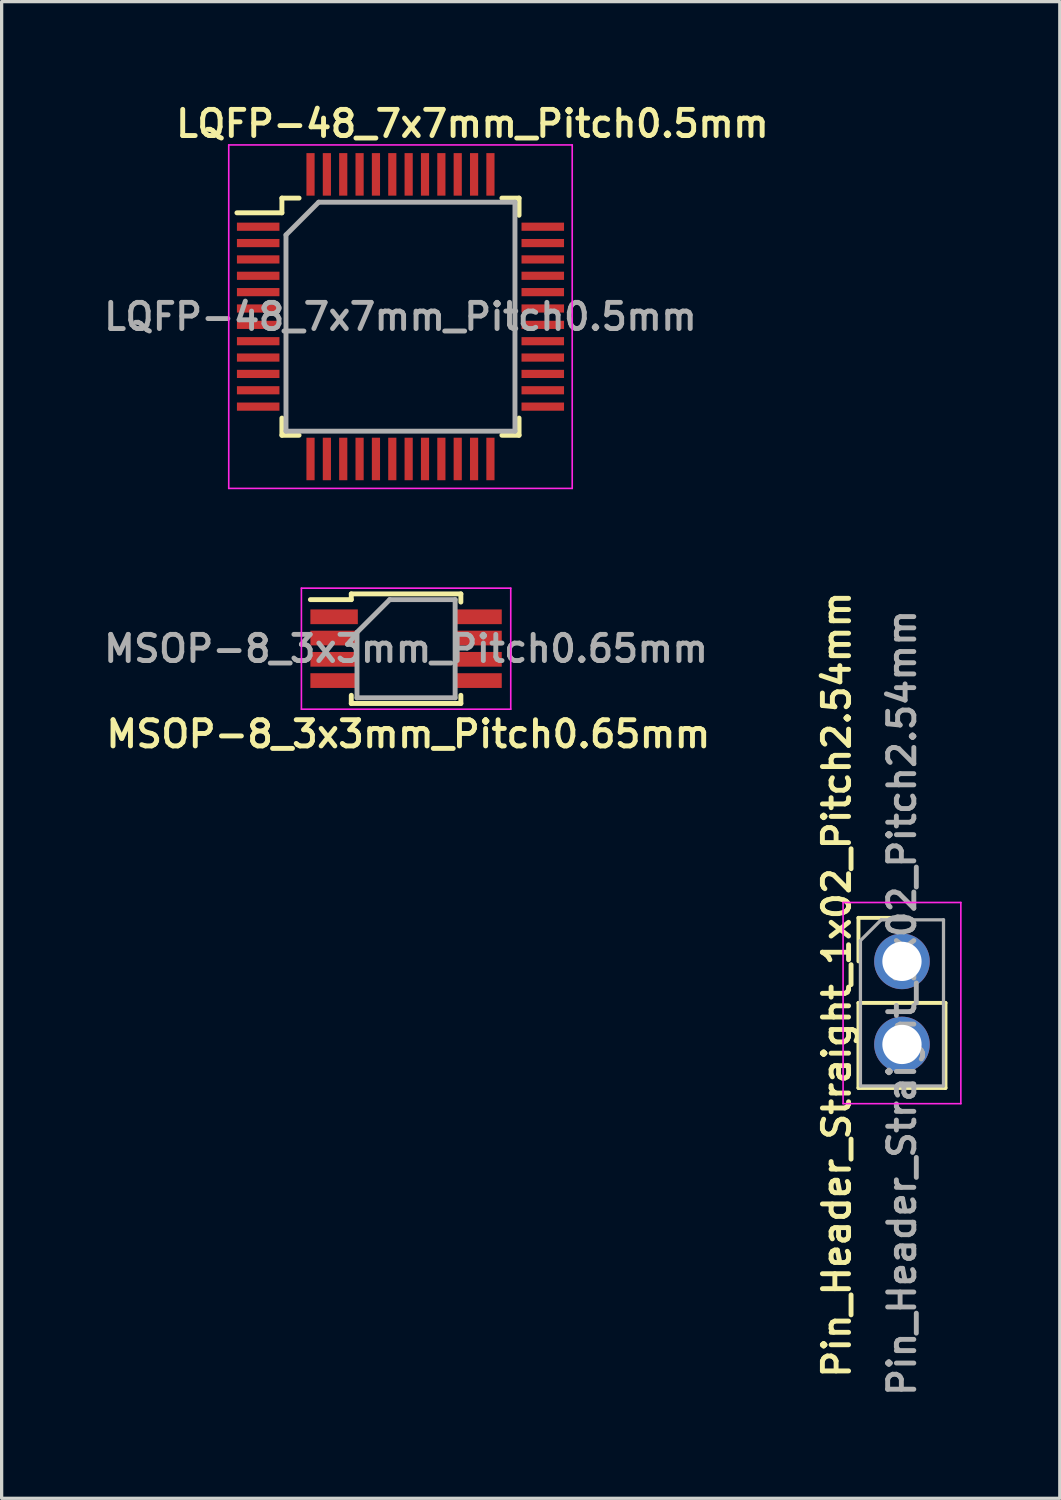
<source format=kicad_pcb>
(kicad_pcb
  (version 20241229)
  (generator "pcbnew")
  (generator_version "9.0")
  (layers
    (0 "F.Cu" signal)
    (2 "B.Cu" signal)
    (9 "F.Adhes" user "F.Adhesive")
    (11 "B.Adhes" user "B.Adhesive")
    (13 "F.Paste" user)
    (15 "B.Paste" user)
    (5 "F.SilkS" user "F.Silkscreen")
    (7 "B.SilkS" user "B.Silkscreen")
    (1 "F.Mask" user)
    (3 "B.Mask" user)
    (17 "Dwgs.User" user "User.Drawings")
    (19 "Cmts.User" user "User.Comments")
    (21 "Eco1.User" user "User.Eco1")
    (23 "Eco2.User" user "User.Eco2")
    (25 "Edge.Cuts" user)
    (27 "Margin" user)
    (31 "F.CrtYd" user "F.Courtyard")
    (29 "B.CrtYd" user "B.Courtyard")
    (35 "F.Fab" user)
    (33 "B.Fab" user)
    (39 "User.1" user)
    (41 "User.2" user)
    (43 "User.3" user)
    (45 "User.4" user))
  (footprint "LQFP-48_7x7mm_Pitch0.5mm"
    (layer "F.Cu")
    (at 9.193 6.631)
    (property "Reference" "LQFP-48_7x7mm_Pitch0.5mm" (at 2.2 -5.9 0) (layer "F.SilkS") (effects (font (size 0.8 0.8) (thickness 0.15))))
    (attr smd)
    (fp_line (start -3.625 -3.625) (end -3.625 -3.175) (stroke (width 0.15) (type solid)) (layer "F.SilkS"))
    (fp_line (start -3.625 -3.625) (end -3.1 -3.625) (stroke (width 0.15) (type solid)) (layer "F.SilkS"))
    (fp_line (start -3.625 -3.175) (end -5 -3.175) (stroke (width 0.15) (type solid)) (layer "F.SilkS"))
    (fp_line (start -3.625 3.625) (end -3.625 3.1) (stroke (width 0.15) (type solid)) (layer "F.SilkS"))
    (fp_line (start -3.625 3.625) (end -3.1 3.625) (stroke (width 0.15) (type solid)) (layer "F.SilkS"))
    (fp_line (start 3.625 -3.625) (end 3.1 -3.625) (stroke (width 0.15) (type solid)) (layer "F.SilkS"))
    (fp_line (start 3.625 -3.625) (end 3.625 -3.1) (stroke (width 0.15) (type solid)) (layer "F.SilkS"))
    (fp_line (start 3.625 3.625) (end 3.1 3.625) (stroke (width 0.15) (type solid)) (layer "F.SilkS"))
    (fp_line (start 3.625 3.625) (end 3.625 3.1) (stroke (width 0.15) (type solid)) (layer "F.SilkS"))
    (fp_line (start -5.25 -5.25) (end -5.25 5.25) (stroke (width 0.05) (type solid)) (layer "F.CrtYd"))
    (fp_line (start -5.25 -5.25) (end 5.25 -5.25) (stroke (width 0.05) (type solid)) (layer "F.CrtYd"))
    (fp_line (start -5.25 5.25) (end 5.25 5.25) (stroke (width 0.05) (type solid)) (layer "F.CrtYd"))
    (fp_line (start 5.25 -5.25) (end 5.25 5.25) (stroke (width 0.05) (type solid)) (layer "F.CrtYd"))
    (fp_line (start -3.5 -2.5) (end -2.5 -3.5) (stroke (width 0.15) (type solid)) (layer "F.Fab"))
    (fp_line (start -3.5 3.5) (end -3.5 -2.5) (stroke (width 0.15) (type solid)) (layer "F.Fab"))
    (fp_line (start -2.5 -3.5) (end 3.5 -3.5) (stroke (width 0.15) (type solid)) (layer "F.Fab"))
    (fp_line (start 3.5 -3.5) (end 3.5 3.5) (stroke (width 0.15) (type solid)) (layer "F.Fab"))
    (fp_line (start 3.5 3.5) (end -3.5 3.5) (stroke (width 0.15) (type solid)) (layer "F.Fab"))
    (fp_text user "${REFERENCE}" (at 0 0 0) (layer "F.Fab") (effects (font (size 0.8 0.8) (thickness 0.15))))
    (pad "1" smd rect (at -4.35 -2.75) (size 1.3 0.25) (layers "F.Cu" "F.Mask" "F.Paste"))
    (pad "2" smd rect (at -4.35 -2.25) (size 1.3 0.25) (layers "F.Cu" "F.Mask" "F.Paste"))
    (pad "3" smd rect (at -4.35 -1.75) (size 1.3 0.25) (layers "F.Cu" "F.Mask" "F.Paste"))
    (pad "4" smd rect (at -4.35 -1.25) (size 1.3 0.25) (layers "F.Cu" "F.Mask" "F.Paste"))
    (pad "5" smd rect (at -4.35 -0.75) (size 1.3 0.25) (layers "F.Cu" "F.Mask" "F.Paste"))
    (pad "6" smd rect (at -4.35 -0.25) (size 1.3 0.25) (layers "F.Cu" "F.Mask" "F.Paste"))
    (pad "7" smd rect (at -4.35 0.25) (size 1.3 0.25) (layers "F.Cu" "F.Mask" "F.Paste"))
    (pad "8" smd rect (at -4.35 0.75) (size 1.3 0.25) (layers "F.Cu" "F.Mask" "F.Paste"))
    (pad "9" smd rect (at -4.35 1.25) (size 1.3 0.25) (layers "F.Cu" "F.Mask" "F.Paste"))
    (pad "10" smd rect (at -4.35 1.75) (size 1.3 0.25) (layers "F.Cu" "F.Mask" "F.Paste"))
    (pad "11" smd rect (at -4.35 2.25) (size 1.3 0.25) (layers "F.Cu" "F.Mask" "F.Paste"))
    (pad "12" smd rect (at -4.35 2.75) (size 1.3 0.25) (layers "F.Cu" "F.Mask" "F.Paste"))
    (pad "13" smd rect (at -2.75 4.35 90) (size 1.3 0.25) (layers "F.Cu" "F.Mask" "F.Paste"))
    (pad "14" smd rect (at -2.25 4.35 90) (size 1.3 0.25) (layers "F.Cu" "F.Mask" "F.Paste"))
    (pad "15" smd rect (at -1.75 4.35 90) (size 1.3 0.25) (layers "F.Cu" "F.Mask" "F.Paste"))
    (pad "16" smd rect (at -1.25 4.35 90) (size 1.3 0.25) (layers "F.Cu" "F.Mask" "F.Paste"))
    (pad "17" smd rect (at -0.75 4.35 90) (size 1.3 0.25) (layers "F.Cu" "F.Mask" "F.Paste"))
    (pad "18" smd rect (at -0.25 4.35 90) (size 1.3 0.25) (layers "F.Cu" "F.Mask" "F.Paste"))
    (pad "19" smd rect (at 0.25 4.35 90) (size 1.3 0.25) (layers "F.Cu" "F.Mask" "F.Paste"))
    (pad "20" smd rect (at 0.75 4.35 90) (size 1.3 0.25) (layers "F.Cu" "F.Mask" "F.Paste"))
    (pad "21" smd rect (at 1.25 4.35 90) (size 1.3 0.25) (layers "F.Cu" "F.Mask" "F.Paste"))
    (pad "22" smd rect (at 1.75 4.35 90) (size 1.3 0.25) (layers "F.Cu" "F.Mask" "F.Paste"))
    (pad "23" smd rect (at 2.25 4.35 90) (size 1.3 0.25) (layers "F.Cu" "F.Mask" "F.Paste"))
    (pad "24" smd rect (at 2.75 4.35 90) (size 1.3 0.25) (layers "F.Cu" "F.Mask" "F.Paste"))
    (pad "25" smd rect (at 4.35 2.75) (size 1.3 0.25) (layers "F.Cu" "F.Mask" "F.Paste"))
    (pad "26" smd rect (at 4.35 2.25) (size 1.3 0.25) (layers "F.Cu" "F.Mask" "F.Paste"))
    (pad "27" smd rect (at 4.35 1.75) (size 1.3 0.25) (layers "F.Cu" "F.Mask" "F.Paste"))
    (pad "28" smd rect (at 4.35 1.25) (size 1.3 0.25) (layers "F.Cu" "F.Mask" "F.Paste"))
    (pad "29" smd rect (at 4.35 0.75) (size 1.3 0.25) (layers "F.Cu" "F.Mask" "F.Paste"))
    (pad "30" smd rect (at 4.35 0.25) (size 1.3 0.25) (layers "F.Cu" "F.Mask" "F.Paste"))
    (pad "31" smd rect (at 4.35 -0.25) (size 1.3 0.25) (layers "F.Cu" "F.Mask" "F.Paste"))
    (pad "32" smd rect (at 4.35 -0.75) (size 1.3 0.25) (layers "F.Cu" "F.Mask" "F.Paste"))
    (pad "33" smd rect (at 4.35 -1.25) (size 1.3 0.25) (layers "F.Cu" "F.Mask" "F.Paste"))
    (pad "34" smd rect (at 4.35 -1.75) (size 1.3 0.25) (layers "F.Cu" "F.Mask" "F.Paste"))
    (pad "35" smd rect (at 4.35 -2.25) (size 1.3 0.25) (layers "F.Cu" "F.Mask" "F.Paste"))
    (pad "36" smd rect (at 4.35 -2.75) (size 1.3 0.25) (layers "F.Cu" "F.Mask" "F.Paste"))
    (pad "37" smd rect (at 2.75 -4.35 90) (size 1.3 0.25) (layers "F.Cu" "F.Mask" "F.Paste"))
    (pad "38" smd rect (at 2.25 -4.35 90) (size 1.3 0.25) (layers "F.Cu" "F.Mask" "F.Paste"))
    (pad "39" smd rect (at 1.75 -4.35 90) (size 1.3 0.25) (layers "F.Cu" "F.Mask" "F.Paste"))
    (pad "40" smd rect (at 1.25 -4.35 90) (size 1.3 0.25) (layers "F.Cu" "F.Mask" "F.Paste"))
    (pad "41" smd rect (at 0.75 -4.35 90) (size 1.3 0.25) (layers "F.Cu" "F.Mask" "F.Paste"))
    (pad "42" smd rect (at 0.25 -4.35 90) (size 1.3 0.25) (layers "F.Cu" "F.Mask" "F.Paste"))
    (pad "43" smd rect (at -0.25 -4.35 90) (size 1.3 0.25) (layers "F.Cu" "F.Mask" "F.Paste"))
    (pad "44" smd rect (at -0.75 -4.35 90) (size 1.3 0.25) (layers "F.Cu" "F.Mask" "F.Paste"))
    (pad "45" smd rect (at -1.25 -4.35 90) (size 1.3 0.25) (layers "F.Cu" "F.Mask" "F.Paste"))
    (pad "46" smd rect (at -1.75 -4.35 90) (size 1.3 0.25) (layers "F.Cu" "F.Mask" "F.Paste"))
    (pad "47" smd rect (at -2.25 -4.35 90) (size 1.3 0.25) (layers "F.Cu" "F.Mask" "F.Paste"))
    (pad "48" smd rect (at -2.75 -4.35 90) (size 1.3 0.25) (layers "F.Cu" "F.Mask" "F.Paste")))
  (footprint "MSOP-8_3x3mm_Pitch0.65mm"
    (layer "F.Cu")
    (at 9.364 16.781)
    (property "Reference" "MSOP-8_3x3mm_Pitch0.65mm" (at 0.07 2.61 0) (layer "F.SilkS") (effects (font (size 0.8 0.8) (thickness 0.15))))
    (attr smd)
    (fp_line (start -1.675 -1.675) (end -1.675 -1.5) (stroke (width 0.15) (type solid)) (layer "F.SilkS"))
    (fp_line (start -1.675 -1.675) (end 1.675 -1.675) (stroke (width 0.15) (type solid)) (layer "F.SilkS"))
    (fp_line (start -1.675 -1.5) (end -2.925 -1.5) (stroke (width 0.15) (type solid)) (layer "F.SilkS"))
    (fp_line (start -1.675 1.675) (end -1.675 1.425) (stroke (width 0.15) (type solid)) (layer "F.SilkS"))
    (fp_line (start -1.675 1.675) (end 1.675 1.675) (stroke (width 0.15) (type solid)) (layer "F.SilkS"))
    (fp_line (start 1.675 -1.675) (end 1.675 -1.425) (stroke (width 0.15) (type solid)) (layer "F.SilkS"))
    (fp_line (start 1.675 1.675) (end 1.675 1.425) (stroke (width 0.15) (type solid)) (layer "F.SilkS"))
    (fp_line (start -3.2 -1.85) (end -3.2 1.85) (stroke (width 0.05) (type solid)) (layer "F.CrtYd"))
    (fp_line (start -3.2 -1.85) (end 3.2 -1.85) (stroke (width 0.05) (type solid)) (layer "F.CrtYd"))
    (fp_line (start -3.2 1.85) (end 3.2 1.85) (stroke (width 0.05) (type solid)) (layer "F.CrtYd"))
    (fp_line (start 3.2 -1.85) (end 3.2 1.85) (stroke (width 0.05) (type solid)) (layer "F.CrtYd"))
    (fp_line (start -1.5 -0.5) (end -0.5 -1.5) (stroke (width 0.15) (type solid)) (layer "F.Fab"))
    (fp_line (start -1.5 1.5) (end -1.5 -0.5) (stroke (width 0.15) (type solid)) (layer "F.Fab"))
    (fp_line (start -0.5 -1.5) (end 1.5 -1.5) (stroke (width 0.15) (type solid)) (layer "F.Fab"))
    (fp_line (start 1.5 -1.5) (end 1.5 1.5) (stroke (width 0.15) (type solid)) (layer "F.Fab"))
    (fp_line (start 1.5 1.5) (end -1.5 1.5) (stroke (width 0.15) (type solid)) (layer "F.Fab"))
    (fp_text user "${REFERENCE}" (at 0 0 0) (layer "F.Fab") (effects (font (size 0.8 0.8) (thickness 0.15))))
    (pad "1" smd rect (at -2.2 -0.975) (size 1.45 0.45) (layers "F.Cu" "F.Mask" "F.Paste"))
    (pad "2" smd rect (at -2.2 -0.325) (size 1.45 0.45) (layers "F.Cu" "F.Mask" "F.Paste"))
    (pad "3" smd rect (at -2.2 0.325) (size 1.45 0.45) (layers "F.Cu" "F.Mask" "F.Paste"))
    (pad "4" smd rect (at -2.2 0.975) (size 1.45 0.45) (layers "F.Cu" "F.Mask" "F.Paste"))
    (pad "5" smd rect (at 2.2 0.975) (size 1.45 0.45) (layers "F.Cu" "F.Mask" "F.Paste"))
    (pad "6" smd rect (at 2.2 0.325) (size 1.45 0.45) (layers "F.Cu" "F.Mask" "F.Paste"))
    (pad "7" smd rect (at 2.2 -0.325) (size 1.45 0.45) (layers "F.Cu" "F.Mask" "F.Paste"))
    (pad "8" smd rect (at 2.2 -0.975) (size 1.45 0.45) (layers "F.Cu" "F.Mask" "F.Paste")))
  (footprint "Pin_Header_Straight_1x02_Pitch2.54mm"
    (layer "F.Cu")
    (at 24.524 26.34)
    (property "Reference" "Pin_Header_Straight_1x02_Pitch2.54mm" (at -1.995 0.711 90) (layer "F.SilkS") (effects (font (size 0.8 0.8) (thickness 0.15))))
    (attr through_hole)
    (fp_line (start -1.33 -1.33) (end 0 -1.33) (stroke (width 0.12) (type solid)) (layer "F.SilkS"))
    (fp_line (start -1.33 0) (end -1.33 -1.33) (stroke (width 0.12) (type solid)) (layer "F.SilkS"))
    (fp_line (start -1.33 1.27) (end -1.33 3.87) (stroke (width 0.12) (type solid)) (layer "F.SilkS"))
    (fp_line (start -1.33 1.27) (end 1.33 1.27) (stroke (width 0.12) (type solid)) (layer "F.SilkS"))
    (fp_line (start -1.33 3.87) (end 1.33 3.87) (stroke (width 0.12) (type solid)) (layer "F.SilkS"))
    (fp_line (start 1.33 1.27) (end 1.33 3.87) (stroke (width 0.12) (type solid)) (layer "F.SilkS"))
    (fp_line (start -1.8 -1.8) (end -1.8 4.35) (stroke (width 0.05) (type solid)) (layer "F.CrtYd"))
    (fp_line (start -1.8 4.35) (end 1.8 4.35) (stroke (width 0.05) (type solid)) (layer "F.CrtYd"))
    (fp_line (start 1.8 -1.8) (end -1.8 -1.8) (stroke (width 0.05) (type solid)) (layer "F.CrtYd"))
    (fp_line (start 1.8 4.35) (end 1.8 -1.8) (stroke (width 0.05) (type solid)) (layer "F.CrtYd"))
    (fp_line (start -1.27 -0.635) (end -0.635 -1.27) (stroke (width 0.1) (type solid)) (layer "F.Fab"))
    (fp_line (start -1.27 3.81) (end -1.27 -0.635) (stroke (width 0.1) (type solid)) (layer "F.Fab"))
    (fp_line (start -0.635 -1.27) (end 1.27 -1.27) (stroke (width 0.1) (type solid)) (layer "F.Fab"))
    (fp_line (start 1.27 -1.27) (end 1.27 3.81) (stroke (width 0.1) (type solid)) (layer "F.Fab"))
    (fp_line (start 1.27 3.81) (end -1.27 3.81) (stroke (width 0.1) (type solid)) (layer "F.Fab"))
    (fp_text user "${REFERENCE}" (at 0 1.27 90) (layer "F.Fab") (effects (font (size 0.8 0.8) (thickness 0.15))))
    (pad "1" thru_hole circle (at 0 0) (size 1.7 1.7) (drill 1.2) (layers "*.Cu" "*.Mask"))
    (pad "2" thru_hole oval (at 0 2.54) (size 1.7 1.7) (drill 1.2) (layers "*.Cu" "*.Mask")))
  (gr_rect
    (start -3 -3)
    (end 29.349 42.755)
    (stroke (width 0.1) (type default))
    (fill no)
    (layer "Edge.Cuts")))
</source>
